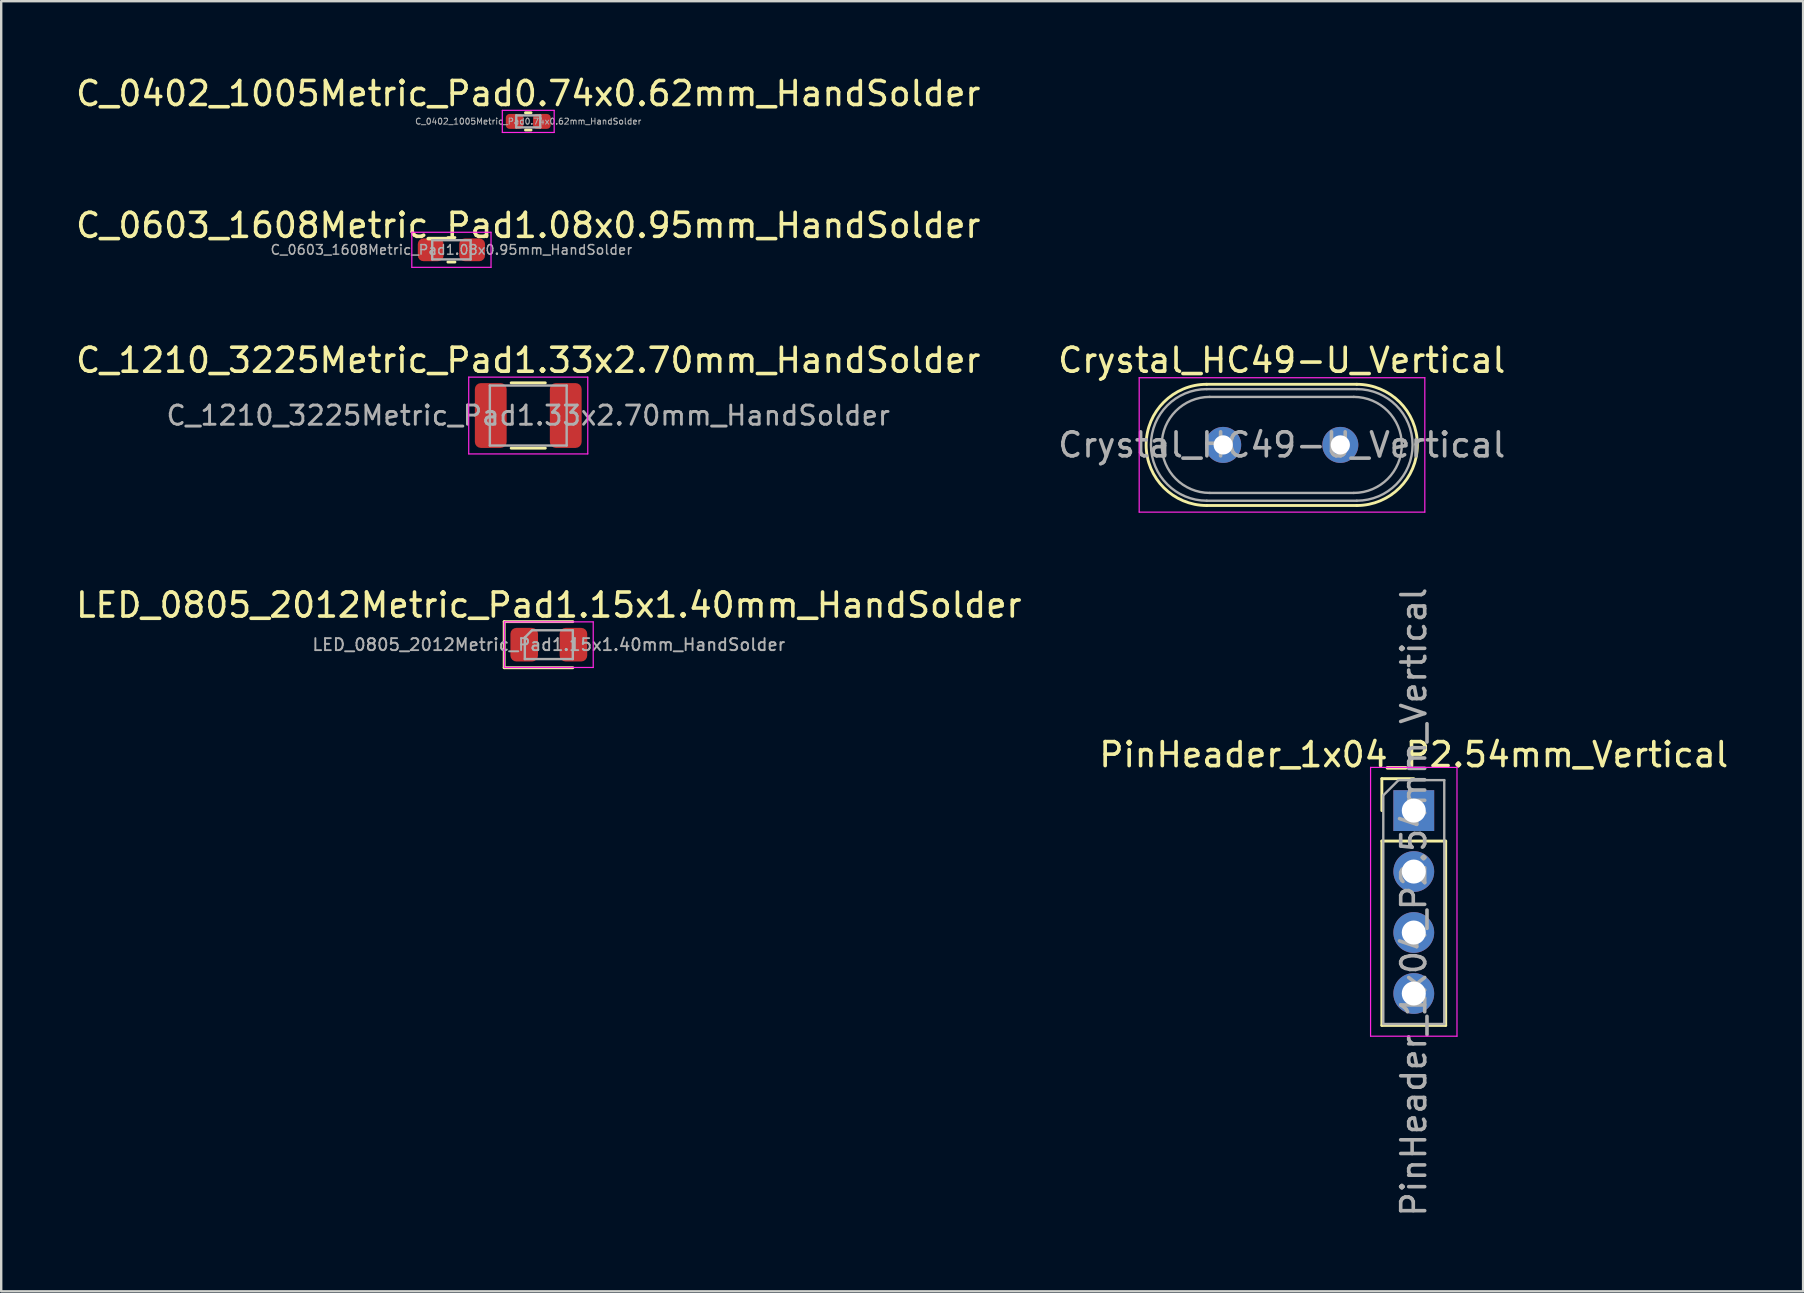
<source format=kicad_pcb>
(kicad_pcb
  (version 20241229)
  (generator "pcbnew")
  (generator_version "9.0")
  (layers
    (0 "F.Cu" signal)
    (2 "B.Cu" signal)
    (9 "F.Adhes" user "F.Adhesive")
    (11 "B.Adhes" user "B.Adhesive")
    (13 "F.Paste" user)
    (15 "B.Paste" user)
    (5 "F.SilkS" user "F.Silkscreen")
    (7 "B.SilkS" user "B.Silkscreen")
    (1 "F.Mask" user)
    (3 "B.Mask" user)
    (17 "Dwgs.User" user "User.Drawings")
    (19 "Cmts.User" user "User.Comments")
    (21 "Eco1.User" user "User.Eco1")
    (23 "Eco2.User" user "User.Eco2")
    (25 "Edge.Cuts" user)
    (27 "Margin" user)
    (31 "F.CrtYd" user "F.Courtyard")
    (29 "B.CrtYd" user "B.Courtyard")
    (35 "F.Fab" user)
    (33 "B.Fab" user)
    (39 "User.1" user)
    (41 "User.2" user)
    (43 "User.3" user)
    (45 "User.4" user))
  (footprint "C_0603_1608Metric_Pad1.08x0.95mm_HandSolder"
    (layer "F.Cu")
    (at 15.757 7.357)
    (property "Reference" "C_0603_1608Metric_Pad1.08x0.95mm_HandSolder" (at 3.201 -1.016 0) (layer "F.SilkS") (effects (font (size 1 1) (thickness 0.15))))
    (attr smd exclude_from_bom)
    (fp_line (start -0.146 -0.51) (end 0.146 -0.51) (stroke (width 0.12) (type solid)) (layer "F.SilkS"))
    (fp_line (start -0.146 0.51) (end 0.146 0.51) (stroke (width 0.12) (type solid)) (layer "F.SilkS"))
    (fp_line (start -1.65 -0.73) (end 1.65 -0.73) (stroke (width 0.05) (type solid)) (layer "F.CrtYd"))
    (fp_line (start -1.65 0.73) (end -1.65 -0.73) (stroke (width 0.05) (type solid)) (layer "F.CrtYd"))
    (fp_line (start 1.65 -0.73) (end 1.65 0.73) (stroke (width 0.05) (type solid)) (layer "F.CrtYd"))
    (fp_line (start 1.65 0.73) (end -1.65 0.73) (stroke (width 0.05) (type solid)) (layer "F.CrtYd"))
    (fp_line (start -0.8 -0.4) (end 0.8 -0.4) (stroke (width 0.1) (type solid)) (layer "F.Fab"))
    (fp_line (start -0.8 0.4) (end -0.8 -0.4) (stroke (width 0.1) (type solid)) (layer "F.Fab"))
    (fp_line (start 0.8 -0.4) (end 0.8 0.4) (stroke (width 0.1) (type solid)) (layer "F.Fab"))
    (fp_line (start 0.8 0.4) (end -0.8 0.4) (stroke (width 0.1) (type solid)) (layer "F.Fab"))
    (fp_text user "${REFERENCE}" (at 0 0 0) (layer "F.Fab") (effects (font (size 0.4 0.4) (thickness 0.06))))
    (pad "1" smd roundrect (at -0.863 0) (size 1.075 0.95) (layers "F.Cu" "F.Mask" "F.Paste") (roundrect_rratio 0.25))
    (pad "2" smd roundrect (at 0.863 0) (size 1.075 0.95) (layers "F.Cu" "F.Mask" "F.Paste") (roundrect_rratio 0.25)))
  (footprint "LED_0805_2012Metric_Pad1.15x1.40mm_HandSolder"
    (layer "F.Cu")
    (at 19.815 23.809)
    (property "Reference" "LED_0805_2012Metric_Pad1.15x1.40mm_HandSolder" (at 0 -1.65 0) (layer "F.SilkS") (effects (font (size 1 1) (thickness 0.15))))
    (attr smd)
    (fp_line (start -1.86 -0.96) (end -1.86 0.96) (stroke (width 0.12) (type solid)) (layer "F.SilkS"))
    (fp_line (start -1.86 0.96) (end 1 0.96) (stroke (width 0.12) (type solid)) (layer "F.SilkS"))
    (fp_line (start 1 -0.96) (end -1.86 -0.96) (stroke (width 0.12) (type solid)) (layer "F.SilkS"))
    (fp_line (start -1.85 -0.95) (end 1.85 -0.95) (stroke (width 0.05) (type solid)) (layer "F.CrtYd"))
    (fp_line (start -1.85 0.95) (end -1.85 -0.95) (stroke (width 0.05) (type solid)) (layer "F.CrtYd"))
    (fp_line (start 1.85 -0.95) (end 1.85 0.95) (stroke (width 0.05) (type solid)) (layer "F.CrtYd"))
    (fp_line (start 1.85 0.95) (end -1.85 0.95) (stroke (width 0.05) (type solid)) (layer "F.CrtYd"))
    (fp_line (start -1 -0.3) (end -1 0.6) (stroke (width 0.1) (type solid)) (layer "F.Fab"))
    (fp_line (start -1 0.6) (end 1 0.6) (stroke (width 0.1) (type solid)) (layer "F.Fab"))
    (fp_line (start -0.7 -0.6) (end -1 -0.3) (stroke (width 0.1) (type solid)) (layer "F.Fab"))
    (fp_line (start 1 -0.6) (end -0.7 -0.6) (stroke (width 0.1) (type solid)) (layer "F.Fab"))
    (fp_line (start 1 0.6) (end 1 -0.6) (stroke (width 0.1) (type solid)) (layer "F.Fab"))
    (fp_text user "${REFERENCE}" (at 0 0 0) (layer "F.Fab") (effects (font (size 0.5 0.5) (thickness 0.08))))
    (pad "1" smd roundrect (at -1.025 0) (size 1.15 1.4) (layers "F.Cu" "F.Mask" "F.Paste") (roundrect_rratio 0.217))
    (pad "2" smd roundrect (at 1.025 0) (size 1.15 1.4) (layers "F.Cu" "F.Mask" "F.Paste") (roundrect_rratio 0.217)))
  (footprint "C_0402_1005Metric_Pad0.74x0.62mm_HandSolder"
    (layer "F.Cu")
    (at 18.958 2.008)
    (property "Reference" "C_0402_1005Metric_Pad0.74x0.62mm_HandSolder" (at 0 -1.16 0) (layer "F.SilkS") (effects (font (size 1 1) (thickness 0.15))))
    (attr smd)
    (fp_line (start -0.116 -0.36) (end 0.116 -0.36) (stroke (width 0.12) (type solid)) (layer "F.SilkS"))
    (fp_line (start -0.116 0.36) (end 0.116 0.36) (stroke (width 0.12) (type solid)) (layer "F.SilkS"))
    (fp_line (start -1.08 -0.46) (end 1.08 -0.46) (stroke (width 0.05) (type solid)) (layer "F.CrtYd"))
    (fp_line (start -1.08 0.46) (end -1.08 -0.46) (stroke (width 0.05) (type solid)) (layer "F.CrtYd"))
    (fp_line (start 1.08 -0.46) (end 1.08 0.46) (stroke (width 0.05) (type solid)) (layer "F.CrtYd"))
    (fp_line (start 1.08 0.46) (end -1.08 0.46) (stroke (width 0.05) (type solid)) (layer "F.CrtYd"))
    (fp_line (start -0.5 -0.25) (end 0.5 -0.25) (stroke (width 0.1) (type solid)) (layer "F.Fab"))
    (fp_line (start -0.5 0.25) (end -0.5 -0.25) (stroke (width 0.1) (type solid)) (layer "F.Fab"))
    (fp_line (start 0.5 -0.25) (end 0.5 0.25) (stroke (width 0.1) (type solid)) (layer "F.Fab"))
    (fp_line (start 0.5 0.25) (end -0.5 0.25) (stroke (width 0.1) (type solid)) (layer "F.Fab"))
    (fp_text user "${REFERENCE}" (at 0 0 0) (layer "F.Fab") (effects (font (size 0.25 0.25) (thickness 0.04))))
    (pad "1" smd roundrect (at -0.568 0) (size 0.735 0.62) (layers "F.Cu" "F.Mask" "F.Paste") (roundrect_rratio 0.25))
    (pad "2" smd roundrect (at 0.568 0) (size 0.735 0.62) (layers "F.Cu" "F.Mask" "F.Paste") (roundrect_rratio 0.25)))
  (footprint "PinHeader_1x04_P2.54mm_Vertical"
    (layer "F.Cu")
    (at 55.851 30.721)
    (property "Reference" "PinHeader_1x04_P2.54mm_Vertical" (at 0 -2.33 0) (layer "F.SilkS") (effects (font (size 1 1) (thickness 0.15))))
    (attr through_hole)
    (fp_line (start -1.33 -1.33) (end 0 -1.33) (stroke (width 0.12) (type solid)) (layer "F.SilkS"))
    (fp_line (start -1.33 0) (end -1.33 -1.33) (stroke (width 0.12) (type solid)) (layer "F.SilkS"))
    (fp_line (start -1.33 1.27) (end -1.33 8.95) (stroke (width 0.12) (type solid)) (layer "F.SilkS"))
    (fp_line (start -1.33 1.27) (end 1.33 1.27) (stroke (width 0.12) (type solid)) (layer "F.SilkS"))
    (fp_line (start -1.33 8.95) (end 1.33 8.95) (stroke (width 0.12) (type solid)) (layer "F.SilkS"))
    (fp_line (start 1.33 1.27) (end 1.33 8.95) (stroke (width 0.12) (type solid)) (layer "F.SilkS"))
    (fp_line (start -1.8 -1.8) (end -1.8 9.4) (stroke (width 0.05) (type solid)) (layer "F.CrtYd"))
    (fp_line (start -1.8 9.4) (end 1.8 9.4) (stroke (width 0.05) (type solid)) (layer "F.CrtYd"))
    (fp_line (start 1.8 -1.8) (end -1.8 -1.8) (stroke (width 0.05) (type solid)) (layer "F.CrtYd"))
    (fp_line (start 1.8 9.4) (end 1.8 -1.8) (stroke (width 0.05) (type solid)) (layer "F.CrtYd"))
    (fp_line (start -1.27 -0.635) (end -0.635 -1.27) (stroke (width 0.1) (type solid)) (layer "F.Fab"))
    (fp_line (start -1.27 8.89) (end -1.27 -0.635) (stroke (width 0.1) (type solid)) (layer "F.Fab"))
    (fp_line (start -0.635 -1.27) (end 1.27 -1.27) (stroke (width 0.1) (type solid)) (layer "F.Fab"))
    (fp_line (start 1.27 -1.27) (end 1.27 8.89) (stroke (width 0.1) (type solid)) (layer "F.Fab"))
    (fp_line (start 1.27 8.89) (end -1.27 8.89) (stroke (width 0.1) (type solid)) (layer "F.Fab"))
    (fp_text user "${REFERENCE}" (at 0 3.81 90) (layer "F.Fab") (effects (font (size 1 1) (thickness 0.15))))
    (pad "1" thru_hole rect (at 0 0) (size 1.7 1.7) (drill 1) (layers "*.Cu" "*.Mask"))
    (pad "2" thru_hole oval (at 0 2.54) (size 1.7 1.7) (drill 1) (layers "*.Cu" "*.Mask"))
    (pad "3" thru_hole oval (at 0 5.08) (size 1.7 1.7) (drill 1) (layers "*.Cu" "*.Mask"))
    (pad "4" thru_hole oval (at 0 7.62) (size 1.7 1.7) (drill 1) (layers "*.Cu" "*.Mask")))
  (footprint "Crystal_HC49-U_Vertical"
    (layer "F.Cu")
    (at 47.911 15.486)
    (property "Reference" "Crystal_HC49-U_Vertical" (at 2.44 -3.525 0) (layer "F.SilkS") (effects (font (size 1 1) (thickness 0.15))))
    (attr through_hole)
    (fp_line (start -0.685 -2.525) (end 5.565 -2.525) (stroke (width 0.12) (type solid)) (layer "F.SilkS"))
    (fp_line (start -0.685 2.525) (end 5.565 2.525) (stroke (width 0.12) (type solid)) (layer "F.SilkS"))
    (fp_arc (start -0.685 2.525) (mid -3.21 0) (end -0.685 -2.525) (stroke (width 0.12) (type solid)) (layer "F.SilkS"))
    (fp_arc (start 5.565 -2.525) (mid 8.09 0) (end 5.565 2.525) (stroke (width 0.12) (type solid)) (layer "F.SilkS"))
    (fp_line (start -3.5 -2.8) (end -3.5 2.8) (stroke (width 0.05) (type solid)) (layer "F.CrtYd"))
    (fp_line (start -3.5 2.8) (end 8.4 2.8) (stroke (width 0.05) (type solid)) (layer "F.CrtYd"))
    (fp_line (start 8.4 -2.8) (end -3.5 -2.8) (stroke (width 0.05) (type solid)) (layer "F.CrtYd"))
    (fp_line (start 8.4 2.8) (end 8.4 -2.8) (stroke (width 0.05) (type solid)) (layer "F.CrtYd"))
    (fp_line (start -0.685 -2.325) (end 5.565 -2.325) (stroke (width 0.1) (type solid)) (layer "F.Fab"))
    (fp_line (start -0.685 2.325) (end 5.565 2.325) (stroke (width 0.1) (type solid)) (layer "F.Fab"))
    (fp_line (start -0.56 -2) (end 5.44 -2) (stroke (width 0.1) (type solid)) (layer "F.Fab"))
    (fp_line (start -0.56 2) (end 5.44 2) (stroke (width 0.1) (type solid)) (layer "F.Fab"))
    (fp_arc (start -0.685 2.325) (mid -3.01 0) (end -0.685 -2.325) (stroke (width 0.1) (type solid)) (layer "F.Fab"))
    (fp_arc (start -0.56 2) (mid -2.56 0) (end -0.56 -2) (stroke (width 0.1) (type solid)) (layer "F.Fab"))
    (fp_arc (start 5.44 -2) (mid 7.44 0) (end 5.44 2) (stroke (width 0.1) (type solid)) (layer "F.Fab"))
    (fp_arc (start 5.565 -2.325) (mid 7.89 0) (end 5.565 2.325) (stroke (width 0.1) (type solid)) (layer "F.Fab"))
    (fp_text user "${REFERENCE}" (at 2.44 0 0) (layer "F.Fab") (effects (font (size 1 1) (thickness 0.15))))
    (pad "1" thru_hole circle (at 0 0) (size 1.5 1.5) (drill 0.8) (layers "*.Cu" "*.Mask"))
    (pad "2" thru_hole circle (at 4.88 0) (size 1.5 1.5) (drill 0.8) (layers "*.Cu" "*.Mask")))
  (footprint "C_1210_3225Metric_Pad1.33x2.70mm_HandSolder"
    (layer "F.Cu")
    (at 18.958 14.261)
    (property "Reference" "C_1210_3225Metric_Pad1.33x2.70mm_HandSolder" (at 0 -2.3 0) (layer "F.SilkS") (effects (font (size 1 1) (thickness 0.15))))
    (attr smd)
    (fp_line (start -0.711 -1.36) (end 0.711 -1.36) (stroke (width 0.12) (type solid)) (layer "F.SilkS"))
    (fp_line (start -0.711 1.36) (end 0.711 1.36) (stroke (width 0.12) (type solid)) (layer "F.SilkS"))
    (fp_line (start -2.48 -1.6) (end 2.48 -1.6) (stroke (width 0.05) (type solid)) (layer "F.CrtYd"))
    (fp_line (start -2.48 1.6) (end -2.48 -1.6) (stroke (width 0.05) (type solid)) (layer "F.CrtYd"))
    (fp_line (start 2.48 -1.6) (end 2.48 1.6) (stroke (width 0.05) (type solid)) (layer "F.CrtYd"))
    (fp_line (start 2.48 1.6) (end -2.48 1.6) (stroke (width 0.05) (type solid)) (layer "F.CrtYd"))
    (fp_line (start -1.6 -1.25) (end 1.6 -1.25) (stroke (width 0.1) (type solid)) (layer "F.Fab"))
    (fp_line (start -1.6 1.25) (end -1.6 -1.25) (stroke (width 0.1) (type solid)) (layer "F.Fab"))
    (fp_line (start 1.6 -1.25) (end 1.6 1.25) (stroke (width 0.1) (type solid)) (layer "F.Fab"))
    (fp_line (start 1.6 1.25) (end -1.6 1.25) (stroke (width 0.1) (type solid)) (layer "F.Fab"))
    (fp_text user "${REFERENCE}" (at 0 0 0) (layer "F.Fab") (effects (font (size 0.8 0.8) (thickness 0.12))))
    (pad "1" smd roundrect (at -1.562 0) (size 1.325 2.7) (layers "F.Cu" "F.Mask" "F.Paste") (roundrect_rratio 0.189))
    (pad "2" smd roundrect (at 1.562 0) (size 1.325 2.7) (layers "F.Cu" "F.Mask" "F.Paste") (roundrect_rratio 0.189)))
  (gr_rect
    (start -3 -3)
    (end 72.071 50.751)
    (stroke (width 0.1) (type default))
    (fill no)
    (layer "Edge.Cuts")))
</source>
